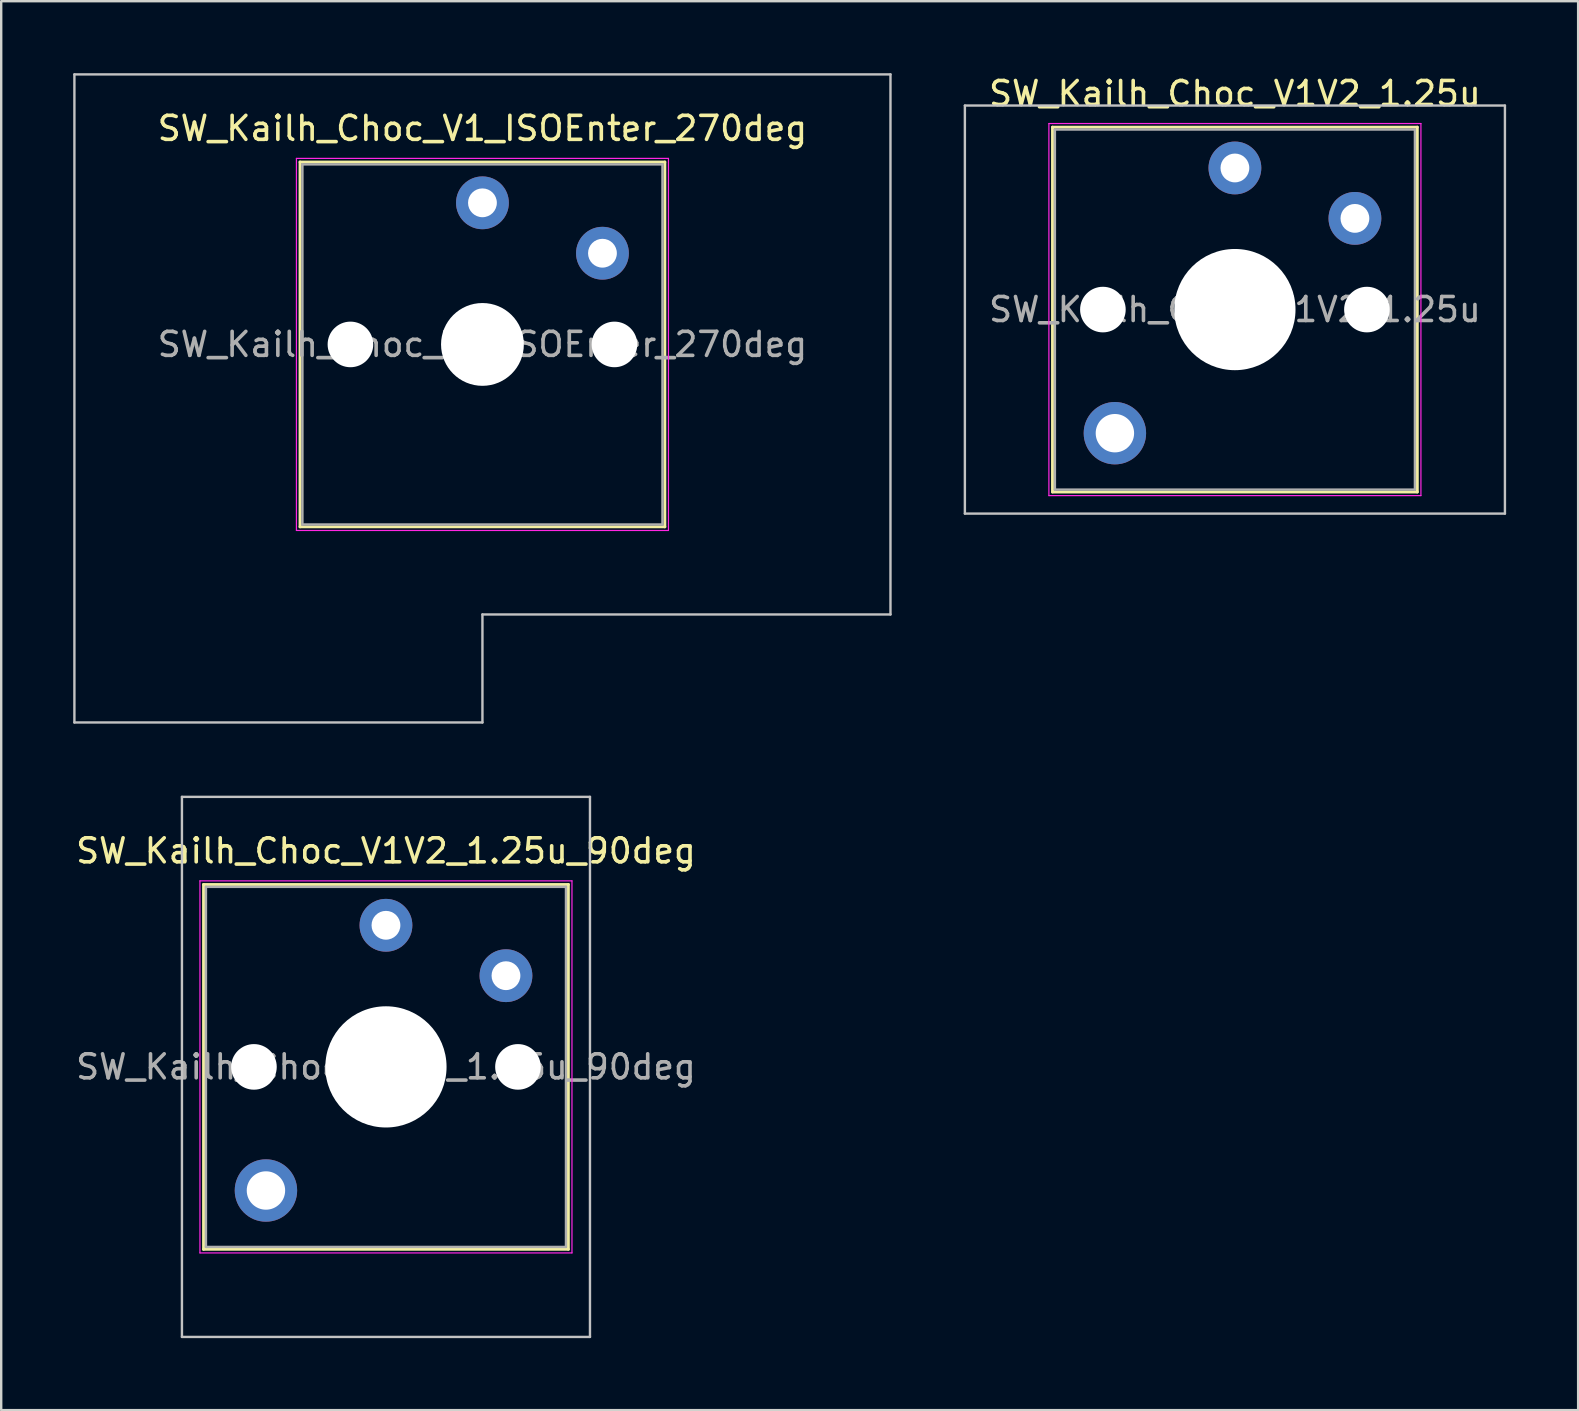
<source format=kicad_pcb>
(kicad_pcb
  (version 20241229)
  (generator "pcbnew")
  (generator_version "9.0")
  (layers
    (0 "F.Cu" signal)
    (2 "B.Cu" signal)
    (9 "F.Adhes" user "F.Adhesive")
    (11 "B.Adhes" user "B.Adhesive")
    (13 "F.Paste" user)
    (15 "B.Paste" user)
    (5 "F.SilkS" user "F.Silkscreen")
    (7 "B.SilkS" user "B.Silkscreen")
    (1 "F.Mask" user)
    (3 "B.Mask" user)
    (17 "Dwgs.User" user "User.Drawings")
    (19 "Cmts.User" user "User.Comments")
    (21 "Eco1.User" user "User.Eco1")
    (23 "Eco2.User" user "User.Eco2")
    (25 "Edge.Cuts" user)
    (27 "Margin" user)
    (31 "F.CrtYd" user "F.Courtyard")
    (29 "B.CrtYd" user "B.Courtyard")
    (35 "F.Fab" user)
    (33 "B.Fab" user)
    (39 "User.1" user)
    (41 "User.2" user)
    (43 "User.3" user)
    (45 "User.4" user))
  (footprint "SW_Kailh_Choc_V1V2_1.25u_90deg"
    (layer "F.Cu")
    (at 13.03 41.4)
    (property "Reference" "SW_Kailh_Choc_V1V2_1.25u_90deg" (at 0 -9 0) (layer "F.SilkS") (effects (font (size 1 1) (thickness 0.15))))
    (attr through_hole)
    (fp_line (start -7.6 -7.6) (end -7.6 7.6) (stroke (width 0.12) (type solid)) (layer "F.SilkS"))
    (fp_line (start -7.6 7.6) (end 7.6 7.6) (stroke (width 0.12) (type solid)) (layer "F.SilkS"))
    (fp_line (start 7.6 -7.6) (end -7.6 -7.6) (stroke (width 0.12) (type solid)) (layer "F.SilkS"))
    (fp_line (start 7.6 7.6) (end 7.6 -7.6) (stroke (width 0.12) (type solid)) (layer "F.SilkS"))
    (fp_line (start -8.5 -11.25) (end 8.5 -11.25) (stroke (width 0.1) (type solid)) (layer "Dwgs.User"))
    (fp_line (start -8.5 11.25) (end -8.5 -11.25) (stroke (width 0.1) (type solid)) (layer "Dwgs.User"))
    (fp_line (start 8.5 -11.25) (end 8.5 11.25) (stroke (width 0.1) (type solid)) (layer "Dwgs.User"))
    (fp_line (start 8.5 11.25) (end -8.5 11.25) (stroke (width 0.1) (type solid)) (layer "Dwgs.User"))
    (fp_line (start -7.25 -7.25) (end -7.25 7.25) (stroke (width 0.1) (type solid)) (layer "Eco1.User"))
    (fp_line (start -7.25 7.25) (end 7.25 7.25) (stroke (width 0.1) (type solid)) (layer "Eco1.User"))
    (fp_line (start 7.25 -7.25) (end -7.25 -7.25) (stroke (width 0.1) (type solid)) (layer "Eco1.User"))
    (fp_line (start 7.25 7.25) (end 7.25 -7.25) (stroke (width 0.1) (type solid)) (layer "Eco1.User"))
    (fp_line (start -7.75 -7.75) (end -7.75 7.75) (stroke (width 0.05) (type solid)) (layer "F.CrtYd"))
    (fp_line (start -7.75 7.75) (end 7.75 7.75) (stroke (width 0.05) (type solid)) (layer "F.CrtYd"))
    (fp_line (start 7.75 -7.75) (end -7.75 -7.75) (stroke (width 0.05) (type solid)) (layer "F.CrtYd"))
    (fp_line (start 7.75 7.75) (end 7.75 -7.75) (stroke (width 0.05) (type solid)) (layer "F.CrtYd"))
    (fp_line (start -7.5 -7.5) (end -7.5 7.5) (stroke (width 0.1) (type solid)) (layer "F.Fab"))
    (fp_line (start -7.5 7.5) (end 7.5 7.5) (stroke (width 0.1) (type solid)) (layer "F.Fab"))
    (fp_line (start 7.5 -7.5) (end -7.5 -7.5) (stroke (width 0.1) (type solid)) (layer "F.Fab"))
    (fp_line (start 7.5 7.5) (end 7.5 -7.5) (stroke (width 0.1) (type solid)) (layer "F.Fab"))
    (fp_text user "${REFERENCE}" (at 0 0 0) (layer "F.Fab") (effects (font (size 1 1) (thickness 0.15))))
    (pad "" np_thru_hole circle (at -5.5 0) (size 1.9 1.9) (drill 1.9) (layers "*.Cu" "*.Mask"))
    (pad "" smd circle (at -5 5.15) (size 1.65 1.65) (layers "F.Mask"))
    (pad "" thru_hole circle (at -5 5.15) (size 2.6 2.6) (drill 1.6) (layers "*.Cu" "B.Mask"))
    (pad "" smd circle (at 0 -5.9) (size 1.25 1.25) (layers "F.Mask"))
    (pad "" np_thru_hole circle (at 0 0) (size 5.05 5.05) (drill 5.05) (layers "*.Cu" "*.Mask"))
    (pad "" smd circle (at 5 -3.8) (size 1.25 1.25) (layers "F.Mask"))
    (pad "" np_thru_hole circle (at 5.5 0) (size 1.9 1.9) (drill 1.9) (layers "*.Cu" "*.Mask"))
    (pad "1" thru_hole circle (at 0 -5.9) (size 2.2 2.2) (drill 1.2) (layers "*.Cu" "B.Mask"))
    (pad "2" thru_hole circle (at 5 -3.8) (size 2.2 2.2) (drill 1.2) (layers "*.Cu" "B.Mask")))
  (footprint "SW_Kailh_Choc_V1_ISOEnter_270deg"
    (layer "F.Cu")
    (at 17.05 11.3)
    (property "Reference" "SW_Kailh_Choc_V1_ISOEnter_270deg" (at 0 -9 0) (layer "F.SilkS") (effects (font (size 1 1) (thickness 0.15))))
    (attr through_hole)
    (fp_line (start -7.6 -7.6) (end -7.6 7.6) (stroke (width 0.12) (type solid)) (layer "F.SilkS"))
    (fp_line (start -7.6 7.6) (end 7.6 7.6) (stroke (width 0.12) (type solid)) (layer "F.SilkS"))
    (fp_line (start 7.6 -7.6) (end -7.6 -7.6) (stroke (width 0.12) (type solid)) (layer "F.SilkS"))
    (fp_line (start 7.6 7.6) (end 7.6 -7.6) (stroke (width 0.12) (type solid)) (layer "F.SilkS"))
    (fp_line (start -17 -11.25) (end -17 15.75) (stroke (width 0.1) (type solid)) (layer "Dwgs.User"))
    (fp_line (start -17 15.75) (end 0 15.75) (stroke (width 0.1) (type solid)) (layer "Dwgs.User"))
    (fp_line (start 0 11.25) (end 17 11.25) (stroke (width 0.1) (type solid)) (layer "Dwgs.User"))
    (fp_line (start 0 15.75) (end 0 11.25) (stroke (width 0.1) (type solid)) (layer "Dwgs.User"))
    (fp_line (start 17 -11.25) (end -17 -11.25) (stroke (width 0.1) (type solid)) (layer "Dwgs.User"))
    (fp_line (start 17 11.25) (end 17 -11.25) (stroke (width 0.1) (type solid)) (layer "Dwgs.User"))
    (fp_line (start -7.25 -7.25) (end -7.25 7.25) (stroke (width 0.1) (type solid)) (layer "Eco1.User"))
    (fp_line (start -7.25 7.25) (end 7.25 7.25) (stroke (width 0.1) (type solid)) (layer "Eco1.User"))
    (fp_line (start 7.25 -7.25) (end -7.25 -7.25) (stroke (width 0.1) (type solid)) (layer "Eco1.User"))
    (fp_line (start 7.25 7.25) (end 7.25 -7.25) (stroke (width 0.1) (type solid)) (layer "Eco1.User"))
    (fp_line (start -7.75 -7.75) (end -7.75 7.75) (stroke (width 0.05) (type solid)) (layer "F.CrtYd"))
    (fp_line (start -7.75 7.75) (end 7.75 7.75) (stroke (width 0.05) (type solid)) (layer "F.CrtYd"))
    (fp_line (start 7.75 -7.75) (end -7.75 -7.75) (stroke (width 0.05) (type solid)) (layer "F.CrtYd"))
    (fp_line (start 7.75 7.75) (end 7.75 -7.75) (stroke (width 0.05) (type solid)) (layer "F.CrtYd"))
    (fp_line (start -7.5 -7.5) (end -7.5 7.5) (stroke (width 0.1) (type solid)) (layer "F.Fab"))
    (fp_line (start -7.5 7.5) (end 7.5 7.5) (stroke (width 0.1) (type solid)) (layer "F.Fab"))
    (fp_line (start 7.5 -7.5) (end -7.5 -7.5) (stroke (width 0.1) (type solid)) (layer "F.Fab"))
    (fp_line (start 7.5 7.5) (end 7.5 -7.5) (stroke (width 0.1) (type solid)) (layer "F.Fab"))
    (fp_text user "${REFERENCE}" (at 0 0 0) (layer "F.Fab") (effects (font (size 1 1) (thickness 0.15))))
    (pad "" np_thru_hole circle (at -5.5 0) (size 1.9 1.9) (drill 1.9) (layers "*.Cu" "*.Mask"))
    (pad "" smd circle (at 0 -5.9) (size 1.25 1.25) (layers "F.Mask"))
    (pad "" np_thru_hole circle (at 0 0) (size 3.45 3.45) (drill 3.45) (layers "*.Cu" "*.Mask"))
    (pad "" smd circle (at 5 -3.8) (size 1.25 1.25) (layers "F.Mask"))
    (pad "" np_thru_hole circle (at 5.5 0) (size 1.9 1.9) (drill 1.9) (layers "*.Cu" "*.Mask"))
    (pad "1" thru_hole circle (at 0 -5.9) (size 2.2 2.2) (drill 1.2) (layers "*.Cu" "B.Mask"))
    (pad "2" thru_hole circle (at 5 -3.8) (size 2.2 2.2) (drill 1.2) (layers "*.Cu" "B.Mask")))
  (footprint "SW_Kailh_Choc_V1V2_1.25u"
    (layer "F.Cu")
    (at 48.4 9.848)
    (property "Reference" "SW_Kailh_Choc_V1V2_1.25u" (at 0 -9 0) (layer "F.SilkS") (effects (font (size 1 1) (thickness 0.15))))
    (attr through_hole)
    (fp_line (start -7.6 -7.6) (end -7.6 7.6) (stroke (width 0.12) (type solid)) (layer "F.SilkS"))
    (fp_line (start -7.6 7.6) (end 7.6 7.6) (stroke (width 0.12) (type solid)) (layer "F.SilkS"))
    (fp_line (start 7.6 -7.6) (end -7.6 -7.6) (stroke (width 0.12) (type solid)) (layer "F.SilkS"))
    (fp_line (start 7.6 7.6) (end 7.6 -7.6) (stroke (width 0.12) (type solid)) (layer "F.SilkS"))
    (fp_line (start -11.25 -8.5) (end -11.25 8.5) (stroke (width 0.1) (type solid)) (layer "Dwgs.User"))
    (fp_line (start -11.25 8.5) (end 11.25 8.5) (stroke (width 0.1) (type solid)) (layer "Dwgs.User"))
    (fp_line (start 11.25 -8.5) (end -11.25 -8.5) (stroke (width 0.1) (type solid)) (layer "Dwgs.User"))
    (fp_line (start 11.25 8.5) (end 11.25 -8.5) (stroke (width 0.1) (type solid)) (layer "Dwgs.User"))
    (fp_line (start -7.25 -7.25) (end -7.25 7.25) (stroke (width 0.1) (type solid)) (layer "Eco1.User"))
    (fp_line (start -7.25 7.25) (end 7.25 7.25) (stroke (width 0.1) (type solid)) (layer "Eco1.User"))
    (fp_line (start 7.25 -7.25) (end -7.25 -7.25) (stroke (width 0.1) (type solid)) (layer "Eco1.User"))
    (fp_line (start 7.25 7.25) (end 7.25 -7.25) (stroke (width 0.1) (type solid)) (layer "Eco1.User"))
    (fp_line (start -7.75 -7.75) (end -7.75 7.75) (stroke (width 0.05) (type solid)) (layer "F.CrtYd"))
    (fp_line (start -7.75 7.75) (end 7.75 7.75) (stroke (width 0.05) (type solid)) (layer "F.CrtYd"))
    (fp_line (start 7.75 -7.75) (end -7.75 -7.75) (stroke (width 0.05) (type solid)) (layer "F.CrtYd"))
    (fp_line (start 7.75 7.75) (end 7.75 -7.75) (stroke (width 0.05) (type solid)) (layer "F.CrtYd"))
    (fp_line (start -7.5 -7.5) (end -7.5 7.5) (stroke (width 0.1) (type solid)) (layer "F.Fab"))
    (fp_line (start -7.5 7.5) (end 7.5 7.5) (stroke (width 0.1) (type solid)) (layer "F.Fab"))
    (fp_line (start 7.5 -7.5) (end -7.5 -7.5) (stroke (width 0.1) (type solid)) (layer "F.Fab"))
    (fp_line (start 7.5 7.5) (end 7.5 -7.5) (stroke (width 0.1) (type solid)) (layer "F.Fab"))
    (fp_text user "${REFERENCE}" (at 0 0 0) (layer "F.Fab") (effects (font (size 1 1) (thickness 0.15))))
    (pad "" np_thru_hole circle (at -5.5 0) (size 1.9 1.9) (drill 1.9) (layers "*.Cu" "*.Mask"))
    (pad "" smd circle (at -5 5.15) (size 1.65 1.65) (layers "F.Mask"))
    (pad "" thru_hole circle (at -5 5.15) (size 2.6 2.6) (drill 1.6) (layers "*.Cu" "B.Mask"))
    (pad "" smd circle (at 0 -5.9) (size 1.25 1.25) (layers "F.Mask"))
    (pad "" np_thru_hole circle (at 0 0) (size 5.05 5.05) (drill 5.05) (layers "*.Cu" "*.Mask"))
    (pad "" smd circle (at 5 -3.8) (size 1.25 1.25) (layers "F.Mask"))
    (pad "" np_thru_hole circle (at 5.5 0) (size 1.9 1.9) (drill 1.9) (layers "*.Cu" "*.Mask"))
    (pad "1" thru_hole circle (at 0 -5.9) (size 2.2 2.2) (drill 1.2) (layers "*.Cu" "B.Mask"))
    (pad "2" thru_hole circle (at 5 -3.8) (size 2.2 2.2) (drill 1.2) (layers "*.Cu" "B.Mask")))
  (gr_rect
    (start -3 -3)
    (end 62.7 55.7)
    (stroke (width 0.1) (type default))
    (fill no)
    (layer "Edge.Cuts")))
</source>
